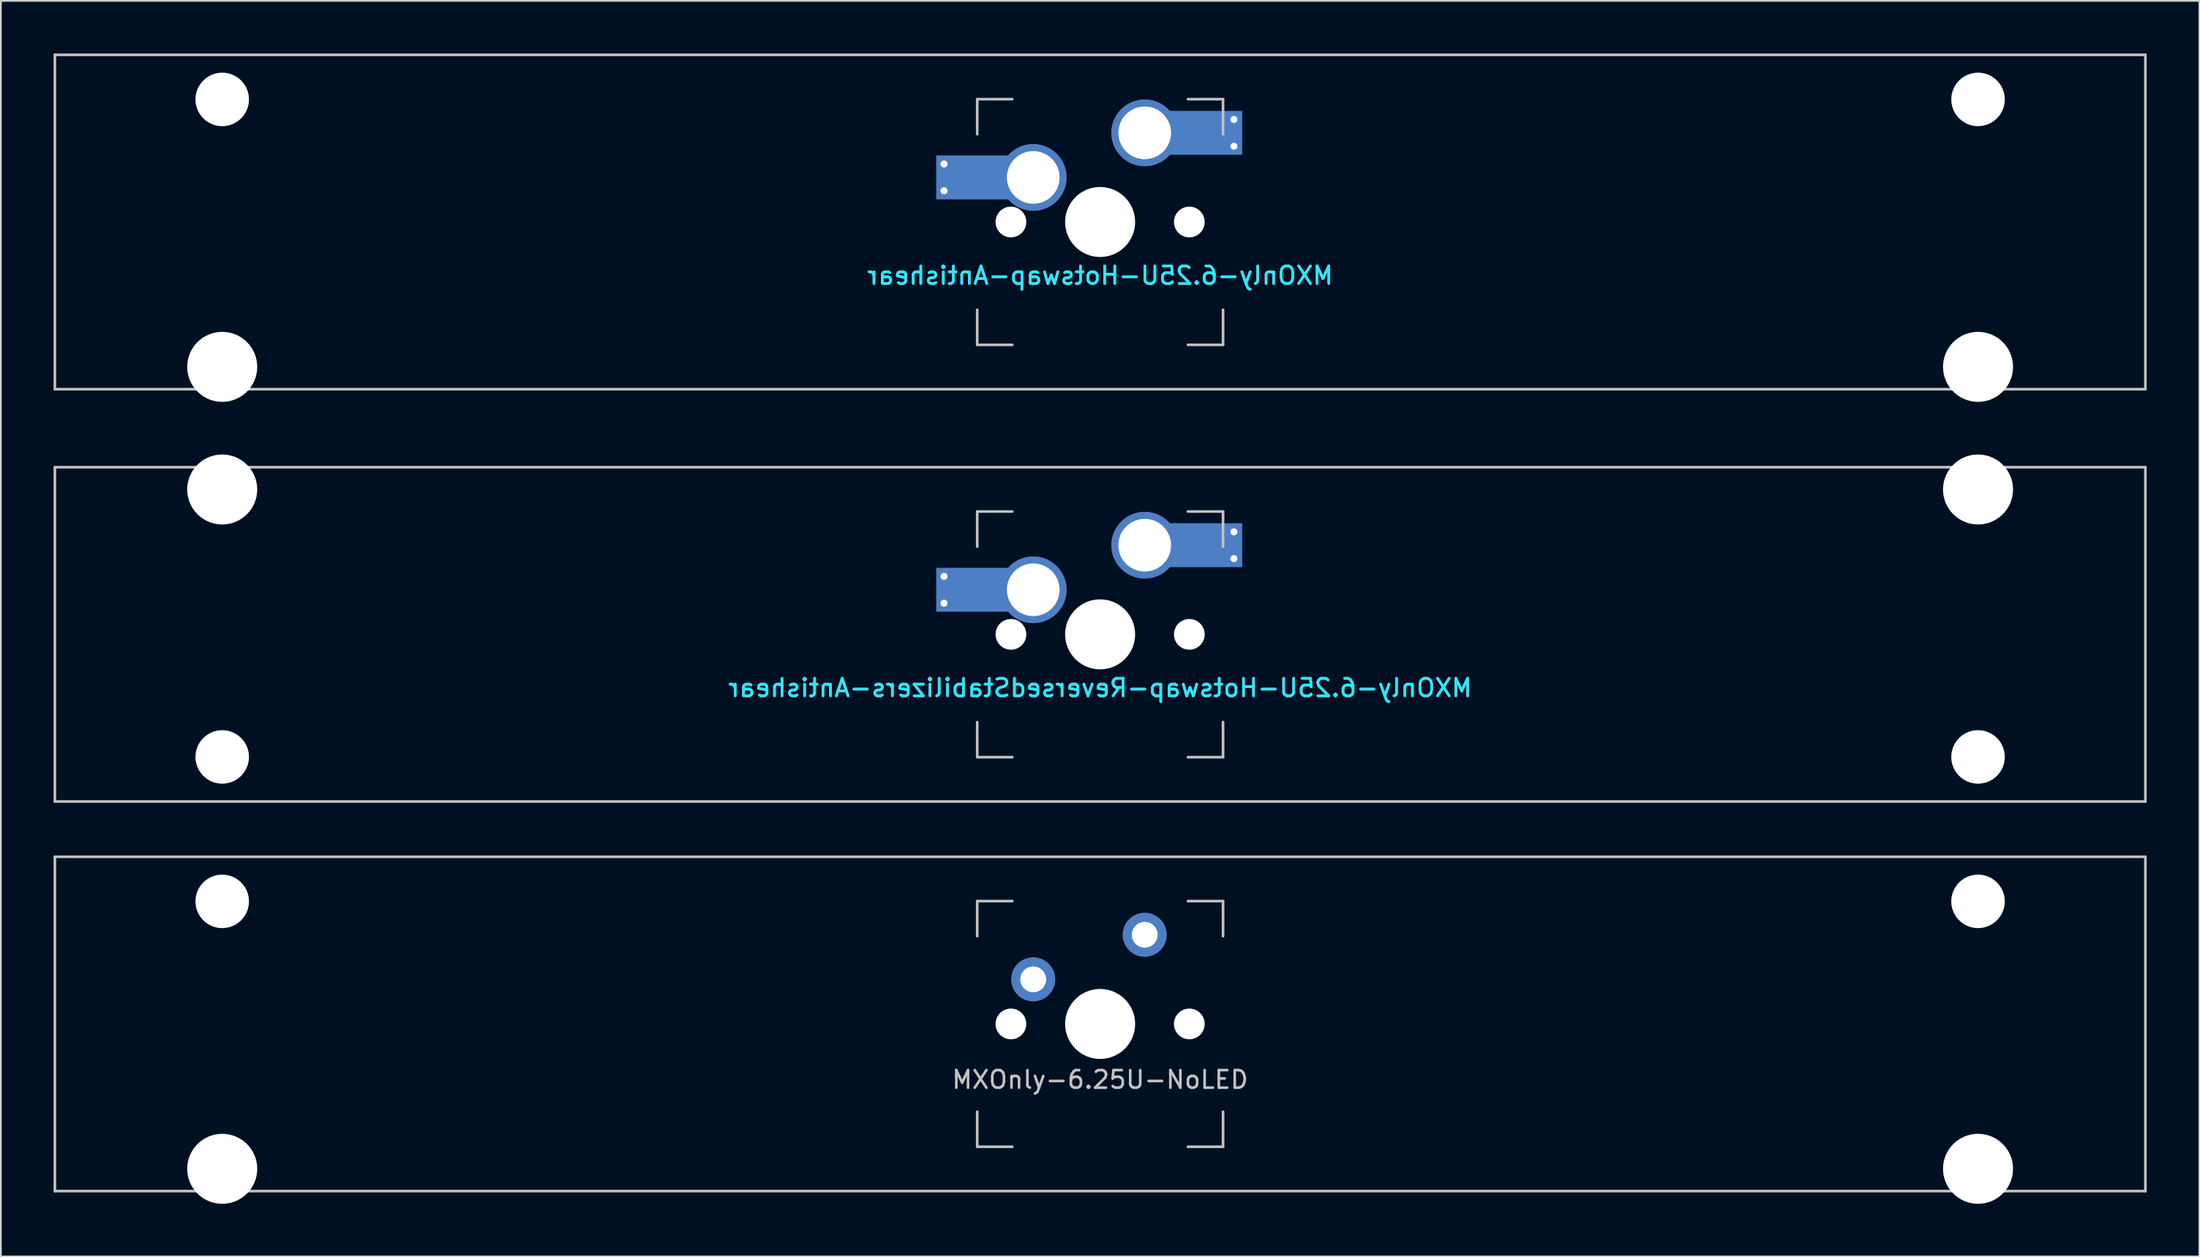
<source format=kicad_pcb>
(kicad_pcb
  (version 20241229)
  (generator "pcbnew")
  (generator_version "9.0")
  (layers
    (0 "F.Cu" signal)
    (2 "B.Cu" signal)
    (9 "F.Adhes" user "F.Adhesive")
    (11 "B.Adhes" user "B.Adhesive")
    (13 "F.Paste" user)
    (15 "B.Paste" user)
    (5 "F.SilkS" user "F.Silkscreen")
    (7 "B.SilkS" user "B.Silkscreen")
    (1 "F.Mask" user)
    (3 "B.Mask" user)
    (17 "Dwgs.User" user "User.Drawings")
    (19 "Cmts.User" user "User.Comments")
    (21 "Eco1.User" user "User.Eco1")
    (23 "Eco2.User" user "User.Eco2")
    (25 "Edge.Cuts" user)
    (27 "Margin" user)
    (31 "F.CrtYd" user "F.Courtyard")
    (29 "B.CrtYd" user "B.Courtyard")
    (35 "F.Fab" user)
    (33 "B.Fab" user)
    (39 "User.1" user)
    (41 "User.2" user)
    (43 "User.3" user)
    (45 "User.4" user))
  (footprint "MXOnly-6.25U-Hotswap-Antishear"
    (layer "F.Cu")
    (at 59.606 9.6)
    (property "Reference" "MXOnly-6.25U-Hotswap-Antishear" (at 0 3.048 0) (layer "B.CrtYd") (effects (font (size 1 1) (thickness 0.15)) (justify mirror)))
    (attr smd)
    (fp_line (start -59.531 -9.525) (end 59.531 -9.525) (stroke (width 0.15) (type solid)) (layer "Dwgs.User"))
    (fp_line (start -59.531 9.525) (end -59.531 -9.525) (stroke (width 0.15) (type solid)) (layer "Dwgs.User"))
    (fp_line (start -7 -7) (end -7 -5) (stroke (width 0.15) (type solid)) (layer "Dwgs.User"))
    (fp_line (start -7 5) (end -7 7) (stroke (width 0.15) (type solid)) (layer "Dwgs.User"))
    (fp_line (start -7 7) (end -5 7) (stroke (width 0.15) (type solid)) (layer "Dwgs.User"))
    (fp_line (start -5 -7) (end -7 -7) (stroke (width 0.15) (type solid)) (layer "Dwgs.User"))
    (fp_line (start 5 -7) (end 7 -7) (stroke (width 0.15) (type solid)) (layer "Dwgs.User"))
    (fp_line (start 5 7) (end 7 7) (stroke (width 0.15) (type solid)) (layer "Dwgs.User"))
    (fp_line (start 7 -7) (end 7 -5) (stroke (width 0.15) (type solid)) (layer "Dwgs.User"))
    (fp_line (start 7 7) (end 7 5) (stroke (width 0.15) (type solid)) (layer "Dwgs.User"))
    (fp_line (start 59.531 -9.525) (end 59.531 9.525) (stroke (width 0.15) (type solid)) (layer "Dwgs.User"))
    (fp_line (start 59.531 9.525) (end -59.531 9.525) (stroke (width 0.15) (type solid)) (layer "Dwgs.User"))
    (fp_text user "${REFERENCE}" (at 0 3.048 0) (layer "B.SilkS") (effects (font (size 1 1) (thickness 0.15)) (justify mirror)))
    (pad "" np_thru_hole circle (at -50 -6.985) (size 3.048 3.048) (drill 3.048) (layers "*.Cu" "*.Mask"))
    (pad "" np_thru_hole circle (at -50 8.255) (size 3.988 3.988) (drill 3.988) (layers "*.Cu" "*.Mask"))
    (pad "" smd rect (at -7.085 -2.54) (size 2.55 2.5) (layers "B.Mask" "B.Paste"))
    (pad "" np_thru_hole circle (at -5.08 0 48.1) (size 1.75 1.75) (drill 1.75) (layers "*.Cu" "*.Mask"))
    (pad "" np_thru_hole circle (at 0 0) (size 3.988 3.988) (drill 3.988) (layers "*.Cu" "*.Mask"))
    (pad "" np_thru_hole circle (at 5.08 0 48.1) (size 1.75 1.75) (drill 1.75) (layers "*.Cu" "*.Mask"))
    (pad "" smd rect (at 5.815 -5.08) (size 2.55 2.5) (layers "B.Mask" "B.Paste"))
    (pad "" np_thru_hole circle (at 50 -6.985) (size 3.048 3.048) (drill 3.048) (layers "*.Cu" "*.Mask"))
    (pad "" np_thru_hole circle (at 50 8.255) (size 3.988 3.988) (drill 3.988) (layers "*.Cu" "*.Mask"))
    (pad "1" thru_hole circle (at -8.89 -3.302) (size 0.8 0.8) (drill 0.4) (layers "*.Cu"))
    (pad "1" thru_hole circle (at -8.89 -1.778) (size 0.8 0.8) (drill 0.4) (layers "*.Cu"))
    (pad "1" smd rect (at -7.085 -2.54) (size 4.5 2.5) (layers "B.Cu"))
    (pad "1" thru_hole circle (at -3.81 -2.54) (size 3.8 3.8) (drill 3) (layers "*.Cu"))
    (pad "2" thru_hole circle (at 2.54 -5.08) (size 3.8 3.8) (drill 3) (layers "*.Cu"))
    (pad "2" smd rect (at 5.842 -5.08) (size 4.5 2.5) (layers "B.Cu"))
    (pad "2" thru_hole circle (at 7.62 -5.842) (size 0.8 0.8) (drill 0.4) (layers "*.Cu"))
    (pad "2" thru_hole circle (at 7.62 -4.318) (size 0.8 0.8) (drill 0.4) (layers "*.Cu")))
  (footprint "MXOnly-6.25U-Hotswap-ReversedStabilizers-Antishear"
    (layer "F.Cu")
    (at 59.606 33.098)
    (property "Reference" "MXOnly-6.25U-Hotswap-ReversedStabilizers-Antishear" (at 0 3.048 0) (layer "B.CrtYd") (effects (font (size 1 1) (thickness 0.15)) (justify mirror)))
    (attr smd)
    (fp_line (start -59.531 -9.525) (end 59.531 -9.525) (stroke (width 0.15) (type solid)) (layer "Dwgs.User"))
    (fp_line (start -59.531 9.525) (end -59.531 -9.525) (stroke (width 0.15) (type solid)) (layer "Dwgs.User"))
    (fp_line (start -7 -7) (end -7 -5) (stroke (width 0.15) (type solid)) (layer "Dwgs.User"))
    (fp_line (start -7 5) (end -7 7) (stroke (width 0.15) (type solid)) (layer "Dwgs.User"))
    (fp_line (start -7 7) (end -5 7) (stroke (width 0.15) (type solid)) (layer "Dwgs.User"))
    (fp_line (start -5 -7) (end -7 -7) (stroke (width 0.15) (type solid)) (layer "Dwgs.User"))
    (fp_line (start 5 -7) (end 7 -7) (stroke (width 0.15) (type solid)) (layer "Dwgs.User"))
    (fp_line (start 5 7) (end 7 7) (stroke (width 0.15) (type solid)) (layer "Dwgs.User"))
    (fp_line (start 7 -7) (end 7 -5) (stroke (width 0.15) (type solid)) (layer "Dwgs.User"))
    (fp_line (start 7 7) (end 7 5) (stroke (width 0.15) (type solid)) (layer "Dwgs.User"))
    (fp_line (start 59.531 -9.525) (end 59.531 9.525) (stroke (width 0.15) (type solid)) (layer "Dwgs.User"))
    (fp_line (start 59.531 9.525) (end -59.531 9.525) (stroke (width 0.15) (type solid)) (layer "Dwgs.User"))
    (fp_text user "${REFERENCE}" (at 0 3.048 0) (layer "B.SilkS") (effects (font (size 1 1) (thickness 0.15)) (justify mirror)))
    (pad "" np_thru_hole circle (at -50 -8.255) (size 3.988 3.988) (drill 3.988) (layers "*.Cu" "*.Mask"))
    (pad "" np_thru_hole circle (at -50 6.985) (size 3.048 3.048) (drill 3.048) (layers "*.Cu" "*.Mask"))
    (pad "" smd rect (at -7.085 -2.54) (size 2.55 2.5) (layers "B.Mask" "B.Paste"))
    (pad "" np_thru_hole circle (at -5.08 0 48.1) (size 1.75 1.75) (drill 1.75) (layers "*.Cu" "*.Mask"))
    (pad "" np_thru_hole circle (at 0 0) (size 3.988 3.988) (drill 3.988) (layers "*.Cu" "*.Mask"))
    (pad "" np_thru_hole circle (at 5.08 0 48.1) (size 1.75 1.75) (drill 1.75) (layers "*.Cu" "*.Mask"))
    (pad "" smd rect (at 5.815 -5.08) (size 2.55 2.5) (layers "B.Mask" "B.Paste"))
    (pad "" np_thru_hole circle (at 50 -8.255) (size 3.988 3.988) (drill 3.988) (layers "*.Cu" "*.Mask"))
    (pad "" np_thru_hole circle (at 50 6.985) (size 3.048 3.048) (drill 3.048) (layers "*.Cu" "*.Mask"))
    (pad "1" thru_hole circle (at -8.89 -3.302) (size 0.8 0.8) (drill 0.4) (layers "*.Cu"))
    (pad "1" thru_hole circle (at -8.89 -1.778) (size 0.8 0.8) (drill 0.4) (layers "*.Cu"))
    (pad "1" smd rect (at -7.085 -2.54) (size 4.5 2.5) (layers "B.Cu"))
    (pad "1" thru_hole circle (at -3.81 -2.54) (size 3.8 3.8) (drill 3) (layers "*.Cu"))
    (pad "2" thru_hole circle (at 2.54 -5.08) (size 3.8 3.8) (drill 3) (layers "*.Cu"))
    (pad "2" smd rect (at 5.842 -5.08) (size 4.5 2.5) (layers "B.Cu"))
    (pad "2" thru_hole circle (at 7.62 -5.842) (size 0.8 0.8) (drill 0.4) (layers "*.Cu"))
    (pad "2" thru_hole circle (at 7.62 -4.318) (size 0.8 0.8) (drill 0.4) (layers "*.Cu")))
  (footprint "MXOnly-6.25U-NoLED"
    (layer "F.Cu")
    (at 59.606 55.298)
    (property "Reference" "MXOnly-6.25U-NoLED" (at 0 3.175 0) (layer "Dwgs.User") (effects (font (size 1 1) (thickness 0.15))))
    (attr through_hole)
    (fp_line (start -59.531 -9.525) (end 59.531 -9.525) (stroke (width 0.15) (type solid)) (layer "Dwgs.User"))
    (fp_line (start -59.531 9.525) (end -59.531 -9.525) (stroke (width 0.15) (type solid)) (layer "Dwgs.User"))
    (fp_line (start -59.531 9.525) (end 59.531 9.525) (stroke (width 0.15) (type solid)) (layer "Dwgs.User"))
    (fp_line (start -7 -7) (end -7 -5) (stroke (width 0.15) (type solid)) (layer "Dwgs.User"))
    (fp_line (start -7 5) (end -7 7) (stroke (width 0.15) (type solid)) (layer "Dwgs.User"))
    (fp_line (start -7 7) (end -5 7) (stroke (width 0.15) (type solid)) (layer "Dwgs.User"))
    (fp_line (start -5 -7) (end -7 -7) (stroke (width 0.15) (type solid)) (layer "Dwgs.User"))
    (fp_line (start 5 -7) (end 7 -7) (stroke (width 0.15) (type solid)) (layer "Dwgs.User"))
    (fp_line (start 5 7) (end 7 7) (stroke (width 0.15) (type solid)) (layer "Dwgs.User"))
    (fp_line (start 7 -7) (end 7 -5) (stroke (width 0.15) (type solid)) (layer "Dwgs.User"))
    (fp_line (start 7 7) (end 7 5) (stroke (width 0.15) (type solid)) (layer "Dwgs.User"))
    (fp_line (start 59.531 -9.525) (end 59.531 9.525) (stroke (width 0.15) (type solid)) (layer "Dwgs.User"))
    (pad "" np_thru_hole circle (at -50 -6.985) (size 3.048 3.048) (drill 3.048) (layers "*.Cu" "*.Mask"))
    (pad "" np_thru_hole circle (at -50 8.255) (size 3.988 3.988) (drill 3.988) (layers "*.Cu" "*.Mask"))
    (pad "" np_thru_hole circle (at -5.08 0 48.1) (size 1.75 1.75) (drill 1.75) (layers "*.Cu" "*.Mask"))
    (pad "" np_thru_hole circle (at 0 0) (size 3.988 3.988) (drill 3.988) (layers "*.Cu" "*.Mask"))
    (pad "" np_thru_hole circle (at 5.08 0 48.1) (size 1.75 1.75) (drill 1.75) (layers "*.Cu" "*.Mask"))
    (pad "" np_thru_hole circle (at 50 -6.985) (size 3.048 3.048) (drill 3.048) (layers "*.Cu" "*.Mask"))
    (pad "" np_thru_hole circle (at 50 8.255) (size 3.988 3.988) (drill 3.988) (layers "*.Cu" "*.Mask"))
    (pad "1" thru_hole circle (at -3.81 -2.54) (size 2.5 2.5) (drill 1.47) (layers "*.Cu" "*.Mask"))
    (pad "2" thru_hole circle (at 2.54 -5.08) (size 2.5 2.5) (drill 1.47) (layers "*.Cu" "*.Mask")))
  (gr_rect
    (start -3 -3)
    (end 122.213 68.547)
    (stroke (width 0.1) (type default))
    (fill no)
    (layer "Edge.Cuts")))
</source>
